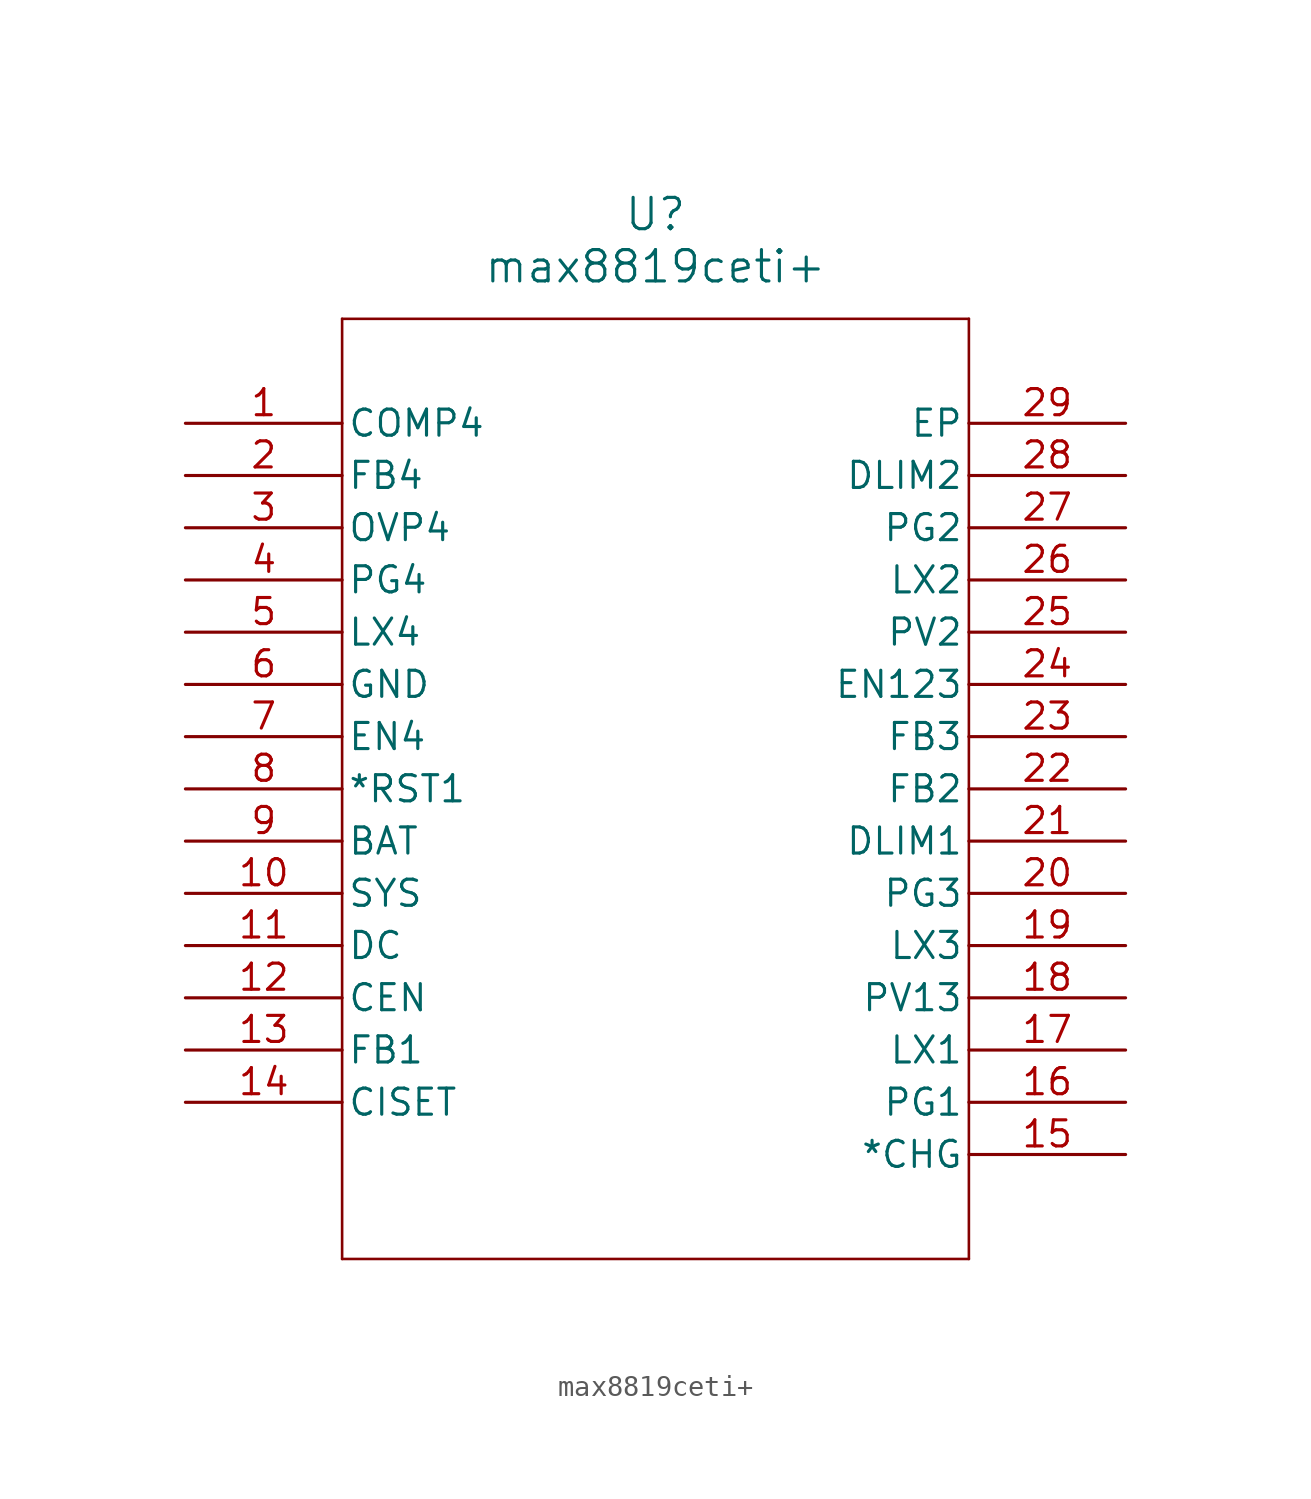
<source format=kicad_sym>
(kicad_symbol_lib
  (version 20211014)
  (generator kicad_symbol_editor)
  (symbol "max8819ceti+"
    (pin_names
      (offset 0.254))
    (property "Reference" "U"
      (at 22.86 10.16 0)
      (effects (font (size 1.524 1.524))))
    (property "Value" "max8819ceti+"
      (at 22.86 7.62 0)
      (effects (font (size 1.524 1.524))))
    (symbol "max8819ceti+_0_1"
      (polyline (pts (xy 7.62 5.08) (xy 7.62 -40.64)) (stroke (width 0.127) (type default) (color 0 0 0 0)) (fill (type none)))
      (polyline (pts (xy 7.62 -40.64) (xy 38.1 -40.64)) (stroke (width 0.127) (type default) (color 0 0 0 0)) (fill (type none)))
      (polyline (pts (xy 38.1 -40.64) (xy 38.1 5.08)) (stroke (width 0.127) (type default) (color 0 0 0 0)) (fill (type none)))
      (polyline (pts (xy 38.1 5.08) (xy 7.62 5.08)) (stroke (width 0.127) (type default) (color 0 0 0 0)) (fill (type none)))
      (pin unspecified line (at 0 0 0) (length 7.62) (name "COMP4" (effects (font (size 1.27 1.27)))) (number "1" (effects (font (size 1.27 1.27)))))
      (pin bidirectional line (at 0 -2.54 0) (length 7.62) (name "FB4" (effects (font (size 1.27 1.27)))) (number "2" (effects (font (size 1.27 1.27)))))
      (pin unspecified line (at 0 -5.08 0) (length 7.62) (name "OVP4" (effects (font (size 1.27 1.27)))) (number "3" (effects (font (size 1.27 1.27)))))
      (pin bidirectional line (at 0 -7.62 0) (length 7.62) (name "PG4" (effects (font (size 1.27 1.27)))) (number "4" (effects (font (size 1.27 1.27)))))
      (pin bidirectional line (at 0 -10.16 0) (length 7.62) (name "LX4" (effects (font (size 1.27 1.27)))) (number "5" (effects (font (size 1.27 1.27)))))
      (pin power_out line (at 0 -12.7 0) (length 7.62) (name "GND" (effects (font (size 1.27 1.27)))) (number "6" (effects (font (size 1.27 1.27)))))
      (pin bidirectional line (at 0 -15.24 0) (length 7.62) (name "EN4" (effects (font (size 1.27 1.27)))) (number "7" (effects (font (size 1.27 1.27)))))
      (pin unspecified line (at 0 -17.78 0) (length 7.62) (name "*RST1" (effects (font (size 1.27 1.27)))) (number "8" (effects (font (size 1.27 1.27)))))
      (pin unspecified line (at 0 -20.32 0) (length 7.62) (name "BAT" (effects (font (size 1.27 1.27)))) (number "9" (effects (font (size 1.27 1.27)))))
      (pin unspecified line (at 0 -22.86 0) (length 7.62) (name "SYS" (effects (font (size 1.27 1.27)))) (number "10" (effects (font (size 1.27 1.27)))))
      (pin unspecified line (at 0 -25.4 0) (length 7.62) (name "DC" (effects (font (size 1.27 1.27)))) (number "11" (effects (font (size 1.27 1.27)))))
      (pin unspecified line (at 0 -27.94 0) (length 7.62) (name "CEN" (effects (font (size 1.27 1.27)))) (number "12" (effects (font (size 1.27 1.27)))))
      (pin bidirectional line (at 0 -30.48 0) (length 7.62) (name "FB1" (effects (font (size 1.27 1.27)))) (number "13" (effects (font (size 1.27 1.27)))))
      (pin unspecified line (at 0 -33.02 0) (length 7.62) (name "CISET" (effects (font (size 1.27 1.27)))) (number "14" (effects (font (size 1.27 1.27)))))
      (pin unspecified line (at 45.72 -35.56 180) (length 7.62) (name "*CHG" (effects (font (size 1.27 1.27)))) (number "15" (effects (font (size 1.27 1.27)))))
      (pin bidirectional line (at 45.72 -33.02 180) (length 7.62) (name "PG1" (effects (font (size 1.27 1.27)))) (number "16" (effects (font (size 1.27 1.27)))))
      (pin bidirectional line (at 45.72 -30.48 180) (length 7.62) (name "LX1" (effects (font (size 1.27 1.27)))) (number "17" (effects (font (size 1.27 1.27)))))
      (pin bidirectional line (at 45.72 -27.94 180) (length 7.62) (name "PV13" (effects (font (size 1.27 1.27)))) (number "18" (effects (font (size 1.27 1.27)))))
      (pin bidirectional line (at 45.72 -25.4 180) (length 7.62) (name "LX3" (effects (font (size 1.27 1.27)))) (number "19" (effects (font (size 1.27 1.27)))))
      (pin bidirectional line (at 45.72 -22.86 180) (length 7.62) (name "PG3" (effects (font (size 1.27 1.27)))) (number "20" (effects (font (size 1.27 1.27)))))
      (pin bidirectional line (at 45.72 -20.32 180) (length 7.62) (name "DLIM1" (effects (font (size 1.27 1.27)))) (number "21" (effects (font (size 1.27 1.27)))))
      (pin bidirectional line (at 45.72 -17.78 180) (length 7.62) (name "FB2" (effects (font (size 1.27 1.27)))) (number "22" (effects (font (size 1.27 1.27)))))
      (pin bidirectional line (at 45.72 -15.24 180) (length 7.62) (name "FB3" (effects (font (size 1.27 1.27)))) (number "23" (effects (font (size 1.27 1.27)))))
      (pin bidirectional line (at 45.72 -12.7 180) (length 7.62) (name "EN123" (effects (font (size 1.27 1.27)))) (number "24" (effects (font (size 1.27 1.27)))))
      (pin bidirectional line (at 45.72 -10.16 180) (length 7.62) (name "PV2" (effects (font (size 1.27 1.27)))) (number "25" (effects (font (size 1.27 1.27)))))
      (pin bidirectional line (at 45.72 -7.62 180) (length 7.62) (name "LX2" (effects (font (size 1.27 1.27)))) (number "26" (effects (font (size 1.27 1.27)))))
      (pin bidirectional line (at 45.72 -5.08 180) (length 7.62) (name "PG2" (effects (font (size 1.27 1.27)))) (number "27" (effects (font (size 1.27 1.27)))))
      (pin bidirectional line (at 45.72 -2.54 180) (length 7.62) (name "DLIM2" (effects (font (size 1.27 1.27)))) (number "28" (effects (font (size 1.27 1.27)))))
      (pin unspecified line (at 45.72 0 180) (length 7.62) (name "EP" (effects (font (size 1.27 1.27)))) (number "29" (effects (font (size 1.27 1.27))))))))
</source>
